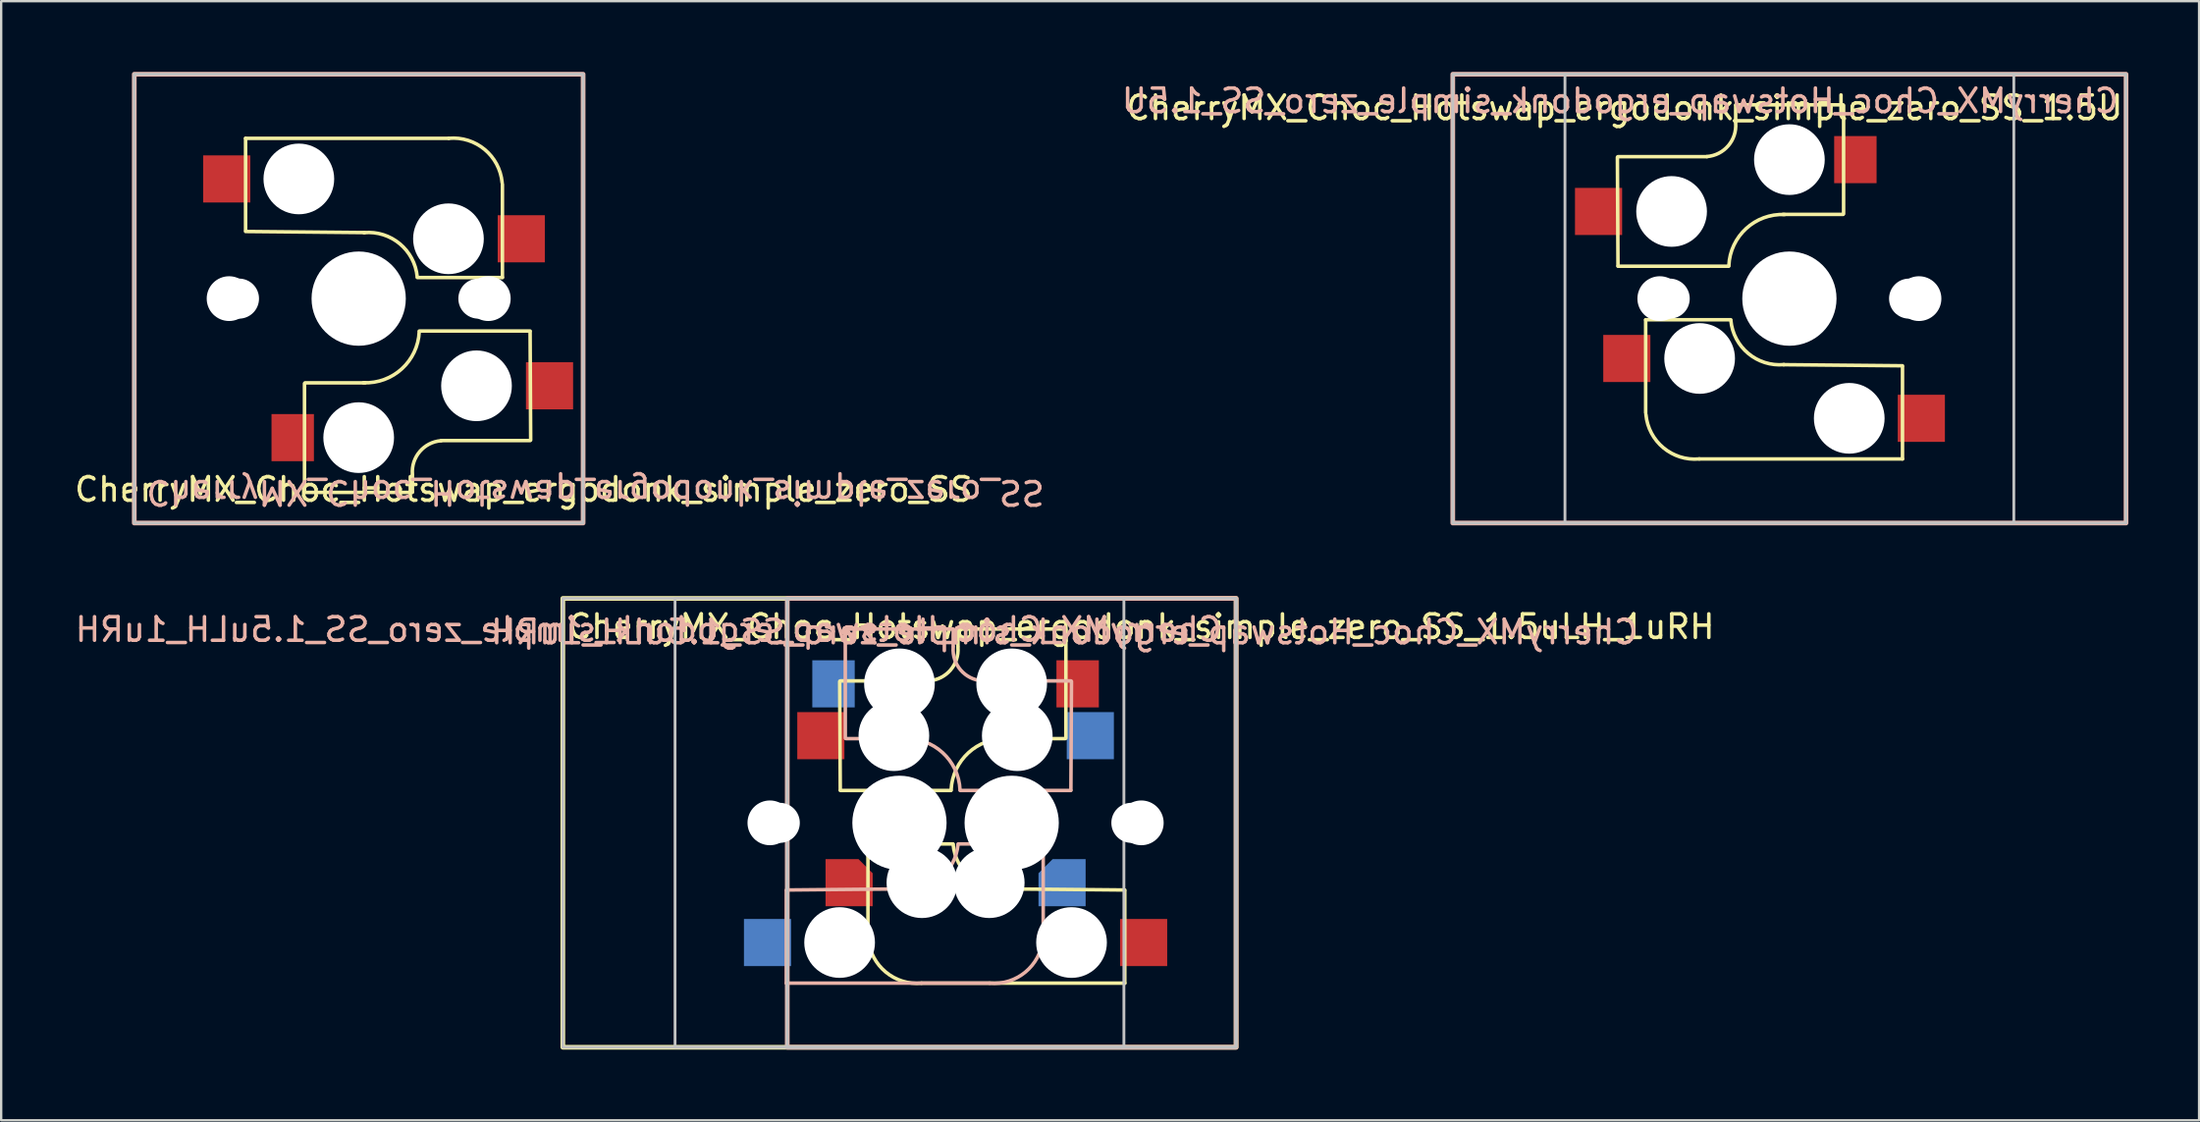
<source format=kicad_pcb>
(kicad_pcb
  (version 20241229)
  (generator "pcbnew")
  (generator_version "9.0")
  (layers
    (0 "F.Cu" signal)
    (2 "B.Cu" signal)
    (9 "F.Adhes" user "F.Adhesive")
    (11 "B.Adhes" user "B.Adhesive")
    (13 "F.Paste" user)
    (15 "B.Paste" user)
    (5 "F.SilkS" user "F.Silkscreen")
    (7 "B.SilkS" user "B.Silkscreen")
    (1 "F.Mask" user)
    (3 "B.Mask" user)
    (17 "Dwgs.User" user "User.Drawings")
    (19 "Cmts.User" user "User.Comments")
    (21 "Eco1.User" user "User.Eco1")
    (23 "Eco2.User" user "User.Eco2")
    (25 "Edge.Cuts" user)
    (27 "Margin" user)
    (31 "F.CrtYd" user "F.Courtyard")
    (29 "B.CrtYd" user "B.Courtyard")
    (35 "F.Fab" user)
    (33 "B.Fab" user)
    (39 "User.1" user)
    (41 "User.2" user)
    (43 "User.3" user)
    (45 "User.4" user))
  (footprint "CherryMX_Choc_Hotswap_ergodonk_simple_zero_SS_1.5uLH_1uRH"
    (layer "F.Cu")
    (at 39.887 31.875)
    (property "Reference" "CherryMX_Choc_Hotswap_ergodonk_simple_zero_SS_1.5uLH_1uRH" (at 2.237 -8.1 180) (layer "B.SilkS") (effects (font (size 1 1) (thickness 0.15)) (justify mirror)))
    (attr smd)
    (fp_line (start -7.275 -1.4) (end -7.3 -6) (stroke (width 0.15) (type solid)) (layer "F.SilkS"))
    (fp_line (start -6.1 0.896) (end -2.49 0.896) (stroke (width 0.15) (type solid)) (layer "F.SilkS"))
    (fp_line (start -6.1 4.85) (end -6.1 0.905) (stroke (width 0.15) (type solid)) (layer "F.SilkS"))
    (fp_line (start -3.5 -6.025) (end -7.275 -6.025) (stroke (width 0.15) (type solid)) (layer "F.SilkS"))
    (fp_line (start -2.575 -1.375) (end -7.275 -1.375) (stroke (width 0.15) (type solid)) (layer "F.SilkS"))
    (fp_line (start -2.28 -7.5) (end -2.28 -8.2) (stroke (width 0.15) (type solid)) (layer "F.SilkS"))
    (fp_line (start 2.275 -8.225) (end -2.275 -8.225) (stroke (width 0.15) (type solid)) (layer "F.SilkS"))
    (fp_line (start 2.275 -3.575) (end -0.275 -3.575) (stroke (width 0.15) (type solid)) (layer "F.SilkS"))
    (fp_line (start 2.3 -3.6) (end 2.3 -8.2) (stroke (width 0.15) (type solid)) (layer "F.SilkS"))
    (fp_line (start 4.8 2.85) (end -0.25 2.804) (stroke (width 0.15) (type solid)) (layer "F.SilkS"))
    (fp_line (start 4.8 2.896) (end 4.8 6.804) (stroke (width 0.15) (type solid)) (layer "F.SilkS"))
    (fp_line (start 4.8 6.804) (end -3.825 6.804) (stroke (width 0.15) (type solid)) (layer "F.SilkS"))
    (fp_rect (start -19.05 -9.525) (end 9.525 9.525) (stroke (width 0.2) (type default)) (fill no) (layer "F.SilkS"))
    (fp_arc (start -3.825 6.804) (mid -5.347189 6.33089) (end -6.089 4.92) (stroke (width 0.15) (type solid)) (layer "F.SilkS"))
    (fp_arc (start -2.57 -1.4) (mid -1.834422 -2.975843) (end -0.2 -3.57) (stroke (width 0.15) (type solid)) (layer "F.SilkS"))
    (fp_arc (start -2.28 -7.45) (mid -2.595908 -6.48733) (end -3.5 -6.03) (stroke (width 0.15) (type solid)) (layer "F.SilkS"))
    (fp_arc (start -0.225 2.8) (mid -1.744361 2.328061) (end -2.485 0.92) (stroke (width 0.15) (type solid)) (layer "F.SilkS"))
    (fp_line (start -9.562 2.85) (end -4.513 2.804) (stroke (width 0.15) (type solid)) (layer "B.SilkS"))
    (fp_line (start -9.562 2.896) (end -9.562 6.804) (stroke (width 0.15) (type solid)) (layer "B.SilkS"))
    (fp_line (start -9.562 6.804) (end -0.938 6.804) (stroke (width 0.15) (type solid)) (layer "B.SilkS"))
    (fp_line (start -7.062 -3.6) (end -7.062 -8.2) (stroke (width 0.15) (type solid)) (layer "B.SilkS"))
    (fp_line (start -7.037 -8.225) (end -2.487 -8.225) (stroke (width 0.15) (type solid)) (layer "B.SilkS"))
    (fp_line (start -7.037 -3.575) (end -4.487 -3.575) (stroke (width 0.15) (type solid)) (layer "B.SilkS"))
    (fp_line (start -2.482 -7.5) (end -2.482 -8.2) (stroke (width 0.15) (type solid)) (layer "B.SilkS"))
    (fp_line (start -2.188 -1.375) (end 2.513 -1.375) (stroke (width 0.15) (type solid)) (layer "B.SilkS"))
    (fp_line (start -1.262 -6.025) (end 2.513 -6.025) (stroke (width 0.15) (type solid)) (layer "B.SilkS"))
    (fp_line (start 1.337 0.896) (end -2.272 0.896) (stroke (width 0.15) (type solid)) (layer "B.SilkS"))
    (fp_line (start 1.337 4.85) (end 1.337 0.905) (stroke (width 0.15) (type solid)) (layer "B.SilkS"))
    (fp_line (start 2.513 -1.4) (end 2.538 -6) (stroke (width 0.15) (type solid)) (layer "B.SilkS"))
    (fp_rect (start -9.525 9.525) (end 9.525 -9.525) (stroke (width 0.2) (type default)) (fill no) (layer "B.SilkS"))
    (fp_arc (start -4.5625 -3.57) (mid -2.928078 -2.975843) (end -2.1925 -1.4) (stroke (width 0.15) (type solid)) (layer "B.SilkS"))
    (fp_arc (start -2.2775 0.92) (mid -3.018139 2.328061) (end -4.5375 2.8) (stroke (width 0.15) (type solid)) (layer "B.SilkS"))
    (fp_arc (start -1.2625 -6.03) (mid -2.166592 -6.48733) (end -2.4825 -7.45) (stroke (width 0.15) (type solid)) (layer "B.SilkS"))
    (fp_arc (start 1.3265 4.92) (mid 0.584689 6.33089) (end -0.9375 6.804) (stroke (width 0.15) (type solid)) (layer "B.SilkS"))
    (fp_rect (start -19.05 -9.525) (end 9.525 9.525) (stroke (width 0.12) (type default)) (fill no) (layer "Dwgs.User"))
    (fp_rect (start -9.525 9.525) (end 9.525 -9.525) (stroke (width 0.12) (type default)) (fill no) (layer "Dwgs.User"))
    (fp_rect (start 4.763 9.525) (end -14.287 -9.525) (stroke (width 0.12) (type default)) (fill no) (layer "Dwgs.User"))
    (fp_line (start -13.762 -9) (end -13.762 9) (stroke (width 0.15) (type solid)) (layer "Eco2.User"))
    (fp_line (start -13.762 9) (end 4.237 9) (stroke (width 0.15) (type solid)) (layer "Eco2.User"))
    (fp_line (start -11.762 -7) (end -11.762 7) (stroke (width 0.15) (type solid)) (layer "Eco2.User"))
    (fp_line (start -11.762 7) (end 2.237 7) (stroke (width 0.15) (type solid)) (layer "Eco2.User"))
    (fp_line (start -9 -9) (end 9 -9) (stroke (width 0.15) (type solid)) (layer "Eco2.User"))
    (fp_line (start -9 9) (end -9 -9) (stroke (width 0.15) (type solid)) (layer "Eco2.User"))
    (fp_line (start -7 -7) (end 7 -7) (stroke (width 0.15) (type solid)) (layer "Eco2.User"))
    (fp_line (start -7 7) (end -7 -7) (stroke (width 0.15) (type solid)) (layer "Eco2.User"))
    (fp_line (start 2.237 -7) (end -11.762 -7) (stroke (width 0.15) (type solid)) (layer "Eco2.User"))
    (fp_line (start 2.237 7) (end 2.237 -7) (stroke (width 0.15) (type solid)) (layer "Eco2.User"))
    (fp_line (start 4.237 -9) (end -13.762 -9) (stroke (width 0.15) (type solid)) (layer "Eco2.User"))
    (fp_line (start 4.237 9) (end 4.237 -9) (stroke (width 0.15) (type solid)) (layer "Eco2.User"))
    (fp_line (start 7 -7) (end 7 7) (stroke (width 0.15) (type solid)) (layer "Eco2.User"))
    (fp_line (start 7 7) (end -7 7) (stroke (width 0.15) (type solid)) (layer "Eco2.User"))
    (fp_line (start 9 -9) (end 9 9) (stroke (width 0.15) (type solid)) (layer "Eco2.User"))
    (fp_line (start 9 9) (end -9 9) (stroke (width 0.15) (type solid)) (layer "Eco2.User"))
    (fp_text user "${REFERENCE}" (at -18.94 -7.74 0) (unlocked yes) (layer "F.SilkS") (effects (font (size 1 1) (thickness 0.15)) (justify left bottom)))
    (fp_text user "${REFERENCE}" (at 9.03 -7.62 0) (unlocked yes) (layer "B.SilkS") (effects (font (size 1 1) (thickness 0.15)) (justify left bottom mirror)))
    (pad "" np_thru_hole circle (at -10.262 0 90) (size 1.9 1.9) (drill 1.9) (layers "*.Cu" "*.Mask"))
    (pad "" np_thru_hole circle (at -9.842 0 180) (size 1.7 1.7) (drill 1.7) (layers "*.Cu" "*.Mask"))
    (pad "" np_thru_hole circle (at -7.303 5.08) (size 3 3) (drill 3) (layers "*.Cu" "*.Mask"))
    (pad "" np_thru_hole circle (at -5.5 0 270) (size 1.9 1.9) (drill 1.9) (layers "*.Cu" "*.Mask"))
    (pad "" np_thru_hole circle (at -5.08 0 180) (size 1.7 1.7) (drill 1.7) (layers "*.Cu" "*.Mask"))
    (pad "" np_thru_hole circle (at -5 -3.7 90) (size 3 3) (drill 3) (layers "*.Cu" "*.Mask"))
    (pad "" np_thru_hole circle (at -4.763 -5.9 90) (size 3 3) (drill 3) (layers "*.Cu" "*.Mask"))
    (pad "" np_thru_hole circle (at -4.763 0 90) (size 4 4) (drill 4) (layers "*.Cu" "*.Mask"))
    (pad "" np_thru_hole circle (at -3.81 2.54) (size 3 3) (drill 3) (layers "*.Cu" "*.Mask"))
    (pad "" np_thru_hole circle (at -0.953 2.54) (size 3 3) (drill 3) (layers "*.Cu" "*.Mask"))
    (pad "" np_thru_hole circle (at 0 -5.9 270) (size 3 3) (drill 3) (layers "*.Cu" "*.Mask"))
    (pad "" np_thru_hole circle (at 0 0 270) (size 4 4) (drill 4) (layers "*.Cu" "*.Mask"))
    (pad "" np_thru_hole circle (at 0.237 -3.7 270) (size 3 3) (drill 3) (layers "*.Cu" "*.Mask"))
    (pad "" np_thru_hole circle (at 0.318 0 180) (size 1.7 1.7) (drill 1.7) (layers "*.Cu" "*.Mask"))
    (pad "" np_thru_hole circle (at 0.738 0 90) (size 1.9 1.9) (drill 1.9) (layers "*.Cu" "*.Mask"))
    (pad "" np_thru_hole circle (at 2.54 5.08) (size 3 3) (drill 3) (layers "*.Cu" "*.Mask"))
    (pad "" np_thru_hole circle (at 5.08 0 180) (size 1.7 1.7) (drill 1.7) (layers "*.Cu" "*.Mask"))
    (pad "" np_thru_hole circle (at 5.5 0 270) (size 1.9 1.9) (drill 1.9) (layers "*.Cu" "*.Mask"))
    (pad "5" smd rect (at -10.363 5.08) (size 2 2) (layers "B.Cu" "B.Mask" "B.Paste"))
    (pad "5" smd rect (at -7.562 -5.9) (size 1.8 2) (layers "B.Cu" "B.Mask" "B.Paste"))
    (pad "5" smd roundrect (at -6.9 2.54) (size 2 2) (layers "F.Cu" "F.Mask" "F.Paste") (roundrect_rratio 0) (chamfer_ratio 0.3) (chamfer top_right))
    (pad "5" smd rect (at 2.8 -5.9) (size 1.8 2) (layers "F.Cu" "F.Mask" "F.Paste"))
    (pad "6" smd rect (at -8.1 -3.7) (size 2 2) (layers "F.Cu" "F.Mask" "F.Paste"))
    (pad "6" smd roundrect (at 2.138 2.54) (size 2 2) (layers "B.Cu" "B.Mask" "B.Paste") (roundrect_rratio 0) (chamfer_ratio 0.3) (chamfer top_left))
    (pad "6" smd rect (at 3.337 -3.7) (size 2 2) (layers "B.Cu" "B.Mask" "B.Paste"))
    (pad "6" smd rect (at 5.6 5.08) (size 2 2) (layers "F.Cu" "F.Mask" "F.Paste")))
  (footprint "CherryMX_Choc_Hotswap_ergodonk_simple_zero_SS"
    (layer "F.Cu")
    (at 12.173 9.625)
    (property "Reference" "CherryMX_Choc_Hotswap_ergodonk_simple_zero_SS" (at 7 8.1 0) (layer "F.SilkS") (effects (font (size 1 1) (thickness 0.15))))
    (attr smd)
    (fp_line (start -4.8 -6.804) (end 3.825 -6.804) (stroke (width 0.15) (type solid)) (layer "F.SilkS"))
    (fp_line (start -4.8 -2.896) (end -4.8 -6.804) (stroke (width 0.15) (type solid)) (layer "F.SilkS"))
    (fp_line (start -4.8 -2.85) (end 0.25 -2.804) (stroke (width 0.15) (type solid)) (layer "F.SilkS"))
    (fp_line (start -2.3 3.6) (end -2.3 8.2) (stroke (width 0.15) (type solid)) (layer "F.SilkS"))
    (fp_line (start -2.275 3.575) (end 0.275 3.575) (stroke (width 0.15) (type solid)) (layer "F.SilkS"))
    (fp_line (start -2.275 8.225) (end 2.275 8.225) (stroke (width 0.15) (type solid)) (layer "F.SilkS"))
    (fp_line (start 2.28 7.5) (end 2.28 8.2) (stroke (width 0.15) (type solid)) (layer "F.SilkS"))
    (fp_line (start 2.575 1.375) (end 7.275 1.375) (stroke (width 0.15) (type solid)) (layer "F.SilkS"))
    (fp_line (start 3.5 6.025) (end 7.275 6.025) (stroke (width 0.15) (type solid)) (layer "F.SilkS"))
    (fp_line (start 6.1 -4.85) (end 6.1 -0.905) (stroke (width 0.15) (type solid)) (layer "F.SilkS"))
    (fp_line (start 6.1 -0.896) (end 2.49 -0.896) (stroke (width 0.15) (type solid)) (layer "F.SilkS"))
    (fp_line (start 7.275 1.4) (end 7.3 6) (stroke (width 0.15) (type solid)) (layer "F.SilkS"))
    (fp_arc (start 0.225 -2.8) (mid 1.744361 -2.328061) (end 2.485 -0.92) (stroke (width 0.15) (type solid)) (layer "F.SilkS"))
    (fp_arc (start 2.28 7.45) (mid 2.595908 6.48733) (end 3.5 6.03) (stroke (width 0.15) (type solid)) (layer "F.SilkS"))
    (fp_arc (start 2.57 1.4) (mid 1.834422 2.975843) (end 0.2 3.57) (stroke (width 0.15) (type solid)) (layer "F.SilkS"))
    (fp_arc (start 3.825 -6.804) (mid 5.347189 -6.33089) (end 6.089 -4.92) (stroke (width 0.15) (type solid)) (layer "F.SilkS"))
    (fp_rect (start 9.525 -9.525) (end -9.525 9.525) (stroke (width 0.2) (type default)) (fill no) (layer "B.SilkS"))
    (fp_rect (start 9.525 -9.525) (end -9.525 9.525) (stroke (width 0.12) (type default)) (fill no) (layer "Dwgs.User"))
    (fp_line (start -9 -9) (end 9 -9) (stroke (width 0.15) (type solid)) (layer "Eco2.User"))
    (fp_line (start -9 9) (end -9 -9) (stroke (width 0.15) (type solid)) (layer "Eco2.User"))
    (fp_line (start -7 -7) (end 7 -7) (stroke (width 0.15) (type solid)) (layer "Eco2.User"))
    (fp_line (start -7 7) (end -7 -7) (stroke (width 0.15) (type solid)) (layer "Eco2.User"))
    (fp_line (start 7 -7) (end 7 7) (stroke (width 0.15) (type solid)) (layer "Eco2.User"))
    (fp_line (start 7 7) (end -7 7) (stroke (width 0.15) (type solid)) (layer "Eco2.User"))
    (fp_line (start 9 -9) (end 9 9) (stroke (width 0.15) (type solid)) (layer "Eco2.User"))
    (fp_line (start 9 9) (end -9 9) (stroke (width 0.15) (type solid)) (layer "Eco2.User"))
    (fp_text user "${REFERENCE}" (at -9.1 8.22 180) (unlocked yes) (layer "B.SilkS") (effects (font (size 1 1) (thickness 0.15)) (justify left mirror)))
    (pad "" np_thru_hole circle (at -5.5 0 90) (size 1.9 1.9) (drill 1.9) (layers "*.Cu" "*.Mask"))
    (pad "" np_thru_hole circle (at -5.08 0) (size 1.7 1.7) (drill 1.7) (layers "*.Cu" "*.Mask"))
    (pad "" np_thru_hole circle (at -2.54 -5.08 180) (size 3 3) (drill 3) (layers "*.Cu" "*.Mask"))
    (pad "" np_thru_hole circle (at 0 0 90) (size 4 4) (drill 4) (layers "*.Cu" "*.Mask"))
    (pad "" np_thru_hole circle (at 0 5.9 90) (size 3 3) (drill 3) (layers "*.Cu" "*.Mask"))
    (pad "" np_thru_hole circle (at 3.81 -2.54 180) (size 3 3) (drill 3) (layers "*.Cu" "*.Mask"))
    (pad "" np_thru_hole circle (at 5 3.7 270) (size 3 3) (drill 3) (layers "*.Cu" "*.Mask"))
    (pad "" np_thru_hole circle (at 5.08 0) (size 1.7 1.7) (drill 1.7) (layers "*.Cu" "*.Mask"))
    (pad "" np_thru_hole circle (at 5.5 0 90) (size 1.9 1.9) (drill 1.9) (layers "*.Cu" "*.Mask"))
    (pad "5" smd rect (at 6.9 -2.54 180) (size 2 2) (layers "F.Cu" "F.Mask" "F.Paste"))
    (pad "5" smd rect (at 8.1 3.7 180) (size 2 2) (layers "F.Cu" "F.Mask" "F.Paste"))
    (pad "6" smd rect (at -5.6 -5.08 180) (size 2 2) (layers "F.Cu" "F.Mask" "F.Paste"))
    (pad "6" smd rect (at -2.8 5.9 180) (size 1.8 2) (layers "F.Cu" "F.Mask" "F.Paste")))
  (footprint "CherryMX_Choc_Hotswap_ergodonk_simple_zero_SS_1.5U"
    (layer "F.Cu")
    (at 72.894 9.625)
    (property "Reference" "CherryMX_Choc_Hotswap_ergodonk_simple_zero_SS_1.5U" (at -7 -8.1 180) (layer "F.SilkS") (effects (font (size 1 1) (thickness 0.15))))
    (attr smd)
    (fp_line (start -7.275 -1.4) (end -7.3 -6) (stroke (width 0.15) (type solid)) (layer "F.SilkS"))
    (fp_line (start -6.1 0.896) (end -2.49 0.896) (stroke (width 0.15) (type solid)) (layer "F.SilkS"))
    (fp_line (start -6.1 4.85) (end -6.1 0.905) (stroke (width 0.15) (type solid)) (layer "F.SilkS"))
    (fp_line (start -3.5 -6.025) (end -7.275 -6.025) (stroke (width 0.15) (type solid)) (layer "F.SilkS"))
    (fp_line (start -2.575 -1.375) (end -7.275 -1.375) (stroke (width 0.15) (type solid)) (layer "F.SilkS"))
    (fp_line (start -2.28 -7.5) (end -2.28 -8.2) (stroke (width 0.15) (type solid)) (layer "F.SilkS"))
    (fp_line (start 2.275 -8.225) (end -2.275 -8.225) (stroke (width 0.15) (type solid)) (layer "F.SilkS"))
    (fp_line (start 2.275 -3.575) (end -0.275 -3.575) (stroke (width 0.15) (type solid)) (layer "F.SilkS"))
    (fp_line (start 2.3 -3.6) (end 2.3 -8.2) (stroke (width 0.15) (type solid)) (layer "F.SilkS"))
    (fp_line (start 4.8 2.85) (end -0.25 2.804) (stroke (width 0.15) (type solid)) (layer "F.SilkS"))
    (fp_line (start 4.8 2.896) (end 4.8 6.804) (stroke (width 0.15) (type solid)) (layer "F.SilkS"))
    (fp_line (start 4.8 6.804) (end -3.825 6.804) (stroke (width 0.15) (type solid)) (layer "F.SilkS"))
    (fp_arc (start -3.825 6.804) (mid -5.347189 6.33089) (end -6.089 4.92) (stroke (width 0.15) (type solid)) (layer "F.SilkS"))
    (fp_arc (start -2.57 -1.4) (mid -1.834422 -2.975843) (end -0.2 -3.57) (stroke (width 0.15) (type solid)) (layer "F.SilkS"))
    (fp_arc (start -2.28 -7.45) (mid -2.595908 -6.48733) (end -3.5 -6.03) (stroke (width 0.15) (type solid)) (layer "F.SilkS"))
    (fp_arc (start -0.225 2.8) (mid -1.744361 2.328061) (end -2.485 0.92) (stroke (width 0.15) (type solid)) (layer "F.SilkS"))
    (fp_rect (start -14.287 -9.525) (end 14.287 9.525) (stroke (width 0.2) (type default)) (fill no) (layer "B.SilkS"))
    (fp_rect (start -14.287 -9.525) (end 14.287 9.525) (stroke (width 0.12) (type default)) (fill no) (layer "Dwgs.User"))
    (fp_rect (start -9.525 9.525) (end 9.525 -9.525) (stroke (width 0.12) (type default)) (fill no) (layer "Dwgs.User"))
    (fp_line (start -9 -9) (end 9 -9) (stroke (width 0.15) (type solid)) (layer "Eco2.User"))
    (fp_line (start -9 9) (end -9 -9) (stroke (width 0.15) (type solid)) (layer "Eco2.User"))
    (fp_line (start -7 -7) (end 7 -7) (stroke (width 0.15) (type solid)) (layer "Eco2.User"))
    (fp_line (start -7 7) (end -7 -7) (stroke (width 0.15) (type solid)) (layer "Eco2.User"))
    (fp_line (start 7 -7) (end 7 7) (stroke (width 0.15) (type solid)) (layer "Eco2.User"))
    (fp_line (start 7 7) (end -7 7) (stroke (width 0.15) (type solid)) (layer "Eco2.User"))
    (fp_line (start 9 -9) (end 9 9) (stroke (width 0.15) (type solid)) (layer "Eco2.User"))
    (fp_line (start 9 9) (end -9 9) (stroke (width 0.15) (type solid)) (layer "Eco2.User"))
    (fp_text user "${REFERENCE}" (at 14.06 -7.81 0) (unlocked yes) (layer "B.SilkS") (effects (font (size 1 1) (thickness 0.15)) (justify left bottom mirror)))
    (pad "" np_thru_hole circle (at -5.5 0 270) (size 1.9 1.9) (drill 1.9) (layers "*.Cu" "*.Mask"))
    (pad "" np_thru_hole circle (at -5.08 0 180) (size 1.7 1.7) (drill 1.7) (layers "*.Cu" "*.Mask"))
    (pad "" np_thru_hole circle (at -5 -3.7 90) (size 3 3) (drill 3) (layers "*.Cu" "*.Mask"))
    (pad "" np_thru_hole circle (at -3.81 2.54) (size 3 3) (drill 3) (layers "*.Cu" "*.Mask"))
    (pad "" np_thru_hole circle (at 0 -5.9 270) (size 3 3) (drill 3) (layers "*.Cu" "*.Mask"))
    (pad "" np_thru_hole circle (at 0 0 270) (size 4 4) (drill 4) (layers "*.Cu" "*.Mask"))
    (pad "" np_thru_hole circle (at 2.54 5.08) (size 3 3) (drill 3) (layers "*.Cu" "*.Mask"))
    (pad "" np_thru_hole circle (at 5.08 0 180) (size 1.7 1.7) (drill 1.7) (layers "*.Cu" "*.Mask"))
    (pad "" np_thru_hole circle (at 5.5 0 270) (size 1.9 1.9) (drill 1.9) (layers "*.Cu" "*.Mask"))
    (pad "5" smd rect (at -8.1 -3.7) (size 2 2) (layers "F.Cu" "F.Mask" "F.Paste"))
    (pad "5" smd rect (at -6.9 2.54) (size 2 2) (layers "F.Cu" "F.Mask" "F.Paste"))
    (pad "6" smd rect (at 2.8 -5.9) (size 1.8 2) (layers "F.Cu" "F.Mask" "F.Paste"))
    (pad "6" smd rect (at 5.6 5.08) (size 2 2) (layers "F.Cu" "F.Mask" "F.Paste")))
  (gr_rect
    (start -3 -3)
    (end 90.281 44.5)
    (stroke (width 0.1) (type default))
    (fill no)
    (layer "Edge.Cuts")))
</source>
